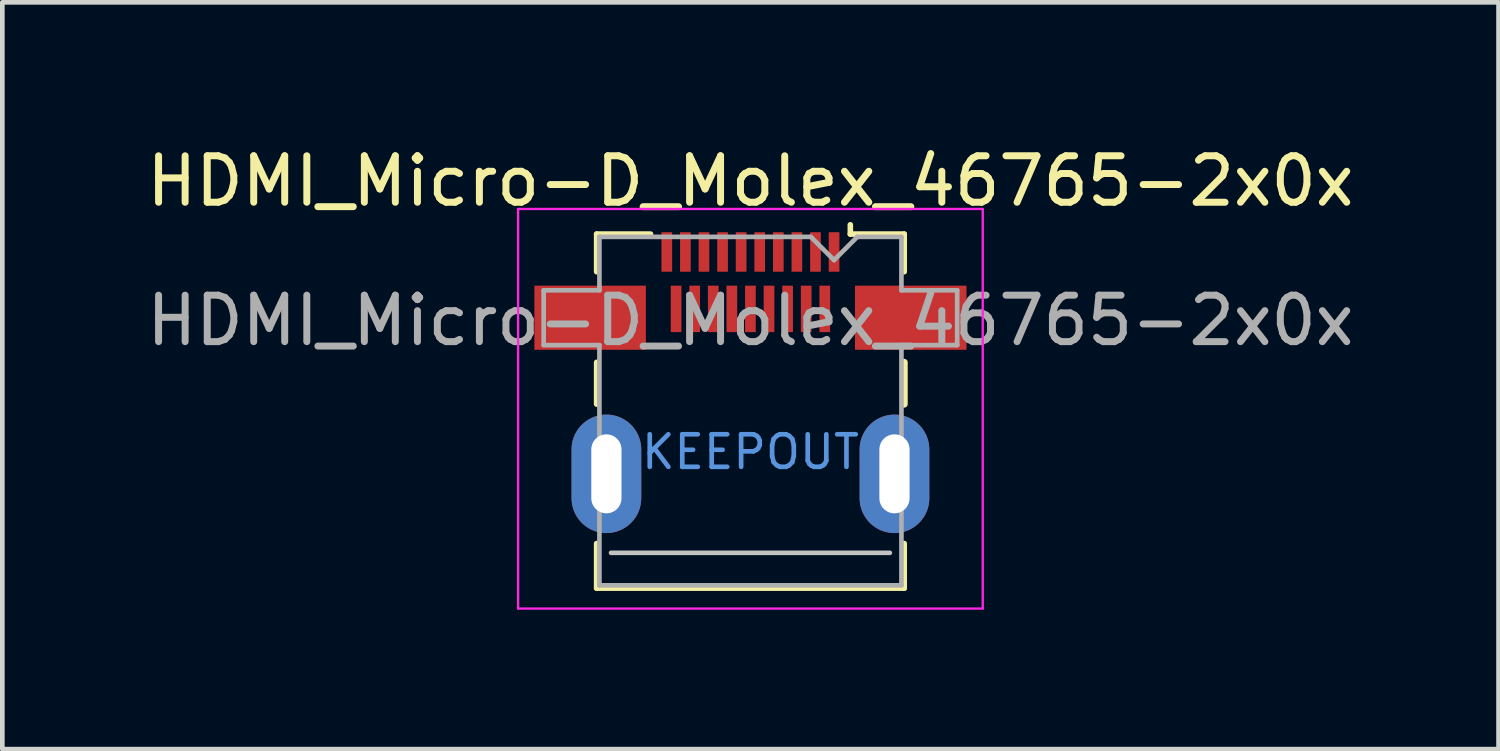
<source format=kicad_pcb>
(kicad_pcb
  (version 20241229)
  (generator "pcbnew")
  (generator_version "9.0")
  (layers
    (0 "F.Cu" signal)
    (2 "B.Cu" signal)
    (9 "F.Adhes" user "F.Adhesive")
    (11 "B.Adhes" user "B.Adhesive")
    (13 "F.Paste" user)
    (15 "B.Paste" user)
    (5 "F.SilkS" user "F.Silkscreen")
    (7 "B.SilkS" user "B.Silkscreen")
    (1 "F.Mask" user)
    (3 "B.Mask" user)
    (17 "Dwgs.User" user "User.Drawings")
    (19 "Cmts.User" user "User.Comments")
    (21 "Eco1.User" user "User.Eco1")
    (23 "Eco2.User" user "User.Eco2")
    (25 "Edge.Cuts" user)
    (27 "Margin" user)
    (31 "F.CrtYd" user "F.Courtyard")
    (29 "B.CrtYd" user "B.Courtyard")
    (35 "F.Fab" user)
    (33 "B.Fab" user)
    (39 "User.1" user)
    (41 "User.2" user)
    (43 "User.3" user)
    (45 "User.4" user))
  (footprint "HDMI_Micro-D_Molex_46765-2x0x"
    (layer "F.Cu")
    (at 13.101 7.148)
    (property "Reference" "HDMI_Micro-D_Molex_46765-2x0x" (at 0 -6.3 0) (layer "F.SilkS") (effects (font (size 1 1) (thickness 0.15))))
    (attr smd)
    (fp_line (start -3.31 -5.16) (end -2.15 -5.16) (stroke (width 0.12) (type solid)) (layer "F.SilkS"))
    (fp_line (start -3.31 -4.35) (end -3.31 -5.16) (stroke (width 0.12) (type solid)) (layer "F.SilkS"))
    (fp_line (start -3.31 -1.5) (end -3.31 -2.4) (stroke (width 0.12) (type solid)) (layer "F.SilkS"))
    (fp_line (start -3.31 2.46) (end -3.31 1.5) (stroke (width 0.12) (type solid)) (layer "F.SilkS"))
    (fp_line (start -3.31 2.46) (end 3.31 2.46) (stroke (width 0.12) (type solid)) (layer "F.SilkS"))
    (fp_line (start 2.15 -5.16) (end 2.15 -5.36) (stroke (width 0.12) (type solid)) (layer "F.SilkS"))
    (fp_line (start 2.15 -5.16) (end 3.31 -5.16) (stroke (width 0.12) (type solid)) (layer "F.SilkS"))
    (fp_line (start 3.31 -5.16) (end 3.31 -4.35) (stroke (width 0.12) (type solid)) (layer "F.SilkS"))
    (fp_line (start 3.31 -2.4) (end 3.31 -1.5) (stroke (width 0.15) (type solid)) (layer "F.SilkS"))
    (fp_line (start 3.31 1.5) (end 3.31 2.46) (stroke (width 0.12) (type solid)) (layer "F.SilkS"))
    (fp_line (start -3 1.7) (end 3 1.7) (stroke (width 0.1) (type solid)) (layer "Dwgs.User"))
    (fp_line (start -5 -5.7) (end -5 2.9) (stroke (width 0.05) (type solid)) (layer "F.CrtYd"))
    (fp_line (start -5 2.9) (end 5 2.9) (stroke (width 0.05) (type solid)) (layer "F.CrtYd"))
    (fp_line (start 5 -5.7) (end -5 -5.7) (stroke (width 0.05) (type solid)) (layer "F.CrtYd"))
    (fp_line (start 5 2.9) (end 5 -5.7) (stroke (width 0.05) (type solid)) (layer "F.CrtYd"))
    (fp_line (start -4.45 -3.95) (end -3.25 -3.95) (stroke (width 0.1) (type solid)) (layer "F.Fab"))
    (fp_line (start -4.45 -2.77) (end -4.45 -3.95) (stroke (width 0.1) (type solid)) (layer "F.Fab"))
    (fp_line (start -3.25 -5.1) (end 1.3 -5.1) (stroke (width 0.1) (type solid)) (layer "F.Fab"))
    (fp_line (start -3.25 -3.95) (end -3.25 -5.1) (stroke (width 0.1) (type solid)) (layer "F.Fab"))
    (fp_line (start -3.25 -2.77) (end -4.45 -2.77) (stroke (width 0.1) (type solid)) (layer "F.Fab"))
    (fp_line (start -3.25 2.4) (end -3.25 -2.77) (stroke (width 0.1) (type solid)) (layer "F.Fab"))
    (fp_line (start 1.8 -4.6) (end 1.3 -5.1) (stroke (width 0.1) (type solid)) (layer "F.Fab"))
    (fp_line (start 1.8 -4.6) (end 2.3 -5.1) (stroke (width 0.1) (type solid)) (layer "F.Fab"))
    (fp_line (start 2.3 -5.1) (end 3.25 -5.1) (stroke (width 0.1) (type solid)) (layer "F.Fab"))
    (fp_line (start 3.25 -5.1) (end 3.25 -3.95) (stroke (width 0.1) (type solid)) (layer "F.Fab"))
    (fp_line (start 3.25 -3.95) (end 4.45 -3.95) (stroke (width 0.1) (type solid)) (layer "F.Fab"))
    (fp_line (start 3.25 -2.77) (end 3.25 2.4) (stroke (width 0.1) (type solid)) (layer "F.Fab"))
    (fp_line (start 3.25 2.4) (end -3.25 2.4) (stroke (width 0.1) (type solid)) (layer "F.Fab"))
    (fp_line (start 4.45 -3.95) (end 4.45 -2.77) (stroke (width 0.1) (type solid)) (layer "F.Fab"))
    (fp_line (start 4.45 -2.77) (end 3.25 -2.77) (stroke (width 0.1) (type solid)) (layer "F.Fab"))
    (fp_text user "KEEPOUT" (at 0 -0.47 0) (layer "Cmts.User") (effects (font (size 0.7 0.7) (thickness 0.1))))
    (fp_text user "${REFERENCE}" (at 0 -3.3 0) (layer "F.Fab") (effects (font (size 1 1) (thickness 0.15))))
    (pad "1" smd rect (at 1.8 -4.775) (size 0.23 0.85) (layers "F.Cu" "F.Mask" "F.Paste"))
    (pad "2" smd rect (at 1.6 -3.55) (size 0.23 1) (layers "F.Cu" "F.Mask" "F.Paste"))
    (pad "3" smd rect (at 1.4 -4.775) (size 0.23 0.85) (layers "F.Cu" "F.Mask" "F.Paste"))
    (pad "4" smd rect (at 1.2 -3.55) (size 0.23 1) (layers "F.Cu" "F.Mask" "F.Paste"))
    (pad "5" smd rect (at 1 -4.775) (size 0.23 0.85) (layers "F.Cu" "F.Mask" "F.Paste"))
    (pad "6" smd rect (at 0.8 -3.55) (size 0.23 1) (layers "F.Cu" "F.Mask" "F.Paste"))
    (pad "7" smd rect (at 0.6 -4.775) (size 0.23 0.85) (layers "F.Cu" "F.Mask" "F.Paste"))
    (pad "8" smd rect (at 0.4 -3.55) (size 0.23 1) (layers "F.Cu" "F.Mask" "F.Paste"))
    (pad "9" smd rect (at 0.2 -4.775) (size 0.23 0.85) (layers "F.Cu" "F.Mask" "F.Paste"))
    (pad "10" smd rect (at 0 -3.55) (size 0.23 1) (layers "F.Cu" "F.Mask" "F.Paste"))
    (pad "11" smd rect (at -0.2 -4.775) (size 0.23 0.85) (layers "F.Cu" "F.Mask" "F.Paste"))
    (pad "12" smd rect (at -0.4 -3.55) (size 0.23 1) (layers "F.Cu" "F.Mask" "F.Paste"))
    (pad "13" smd rect (at -0.6 -4.775) (size 0.23 0.85) (layers "F.Cu" "F.Mask" "F.Paste"))
    (pad "14" smd rect (at -0.8 -3.55) (size 0.23 1) (layers "F.Cu" "F.Mask" "F.Paste"))
    (pad "15" smd rect (at -1 -4.775) (size 0.23 0.85) (layers "F.Cu" "F.Mask" "F.Paste"))
    (pad "16" smd rect (at -1.2 -3.55) (size 0.23 1) (layers "F.Cu" "F.Mask" "F.Paste"))
    (pad "17" smd rect (at -1.4 -4.775) (size 0.23 0.85) (layers "F.Cu" "F.Mask" "F.Paste"))
    (pad "18" smd rect (at -1.6 -3.55) (size 0.23 1) (layers "F.Cu" "F.Mask" "F.Paste"))
    (pad "19" smd rect (at -1.8 -4.775) (size 0.23 0.85) (layers "F.Cu" "F.Mask" "F.Paste"))
    (pad "SH" smd rect (at -3.45 -3.36) (size 2.4 1.38) (layers "F.Cu" "F.Mask" "F.Paste"))
    (pad "SH" thru_hole oval (at -3.1 0) (size 1.5 2.55) (drill oval 0.65 1.7) (layers "*.Cu" "*.Mask"))
    (pad "SH" thru_hole oval (at 3.1 0) (size 1.5 2.55) (drill oval 0.65 1.7) (layers "*.Cu" "*.Mask"))
    (pad "SH" smd rect (at 3.45 -3.36) (size 2.4 1.38) (layers "F.Cu" "F.Mask" "F.Paste"))
    (zone (net_name "") (layer "F.Cu") (hatch full 0.508) (connect_pads) (min_thickness 0.254) (filled_areas_thickness no) (keepout (tracks not_allowed) (vias not_allowed) (pads not_allowed) (copperpour not_allowed) (footprints not_allowed)) (placement (enabled no)) (fill) (polygon (pts (xy 10.751 4.508) (xy 15.451 4.508) (xy 15.451 8.848) (xy 10.751 8.848)))))
  (gr_rect
    (start -3 -3)
    (end 29.202 13.073)
    (stroke (width 0.1) (type default))
    (fill no)
    (layer "Edge.Cuts")))
</source>
